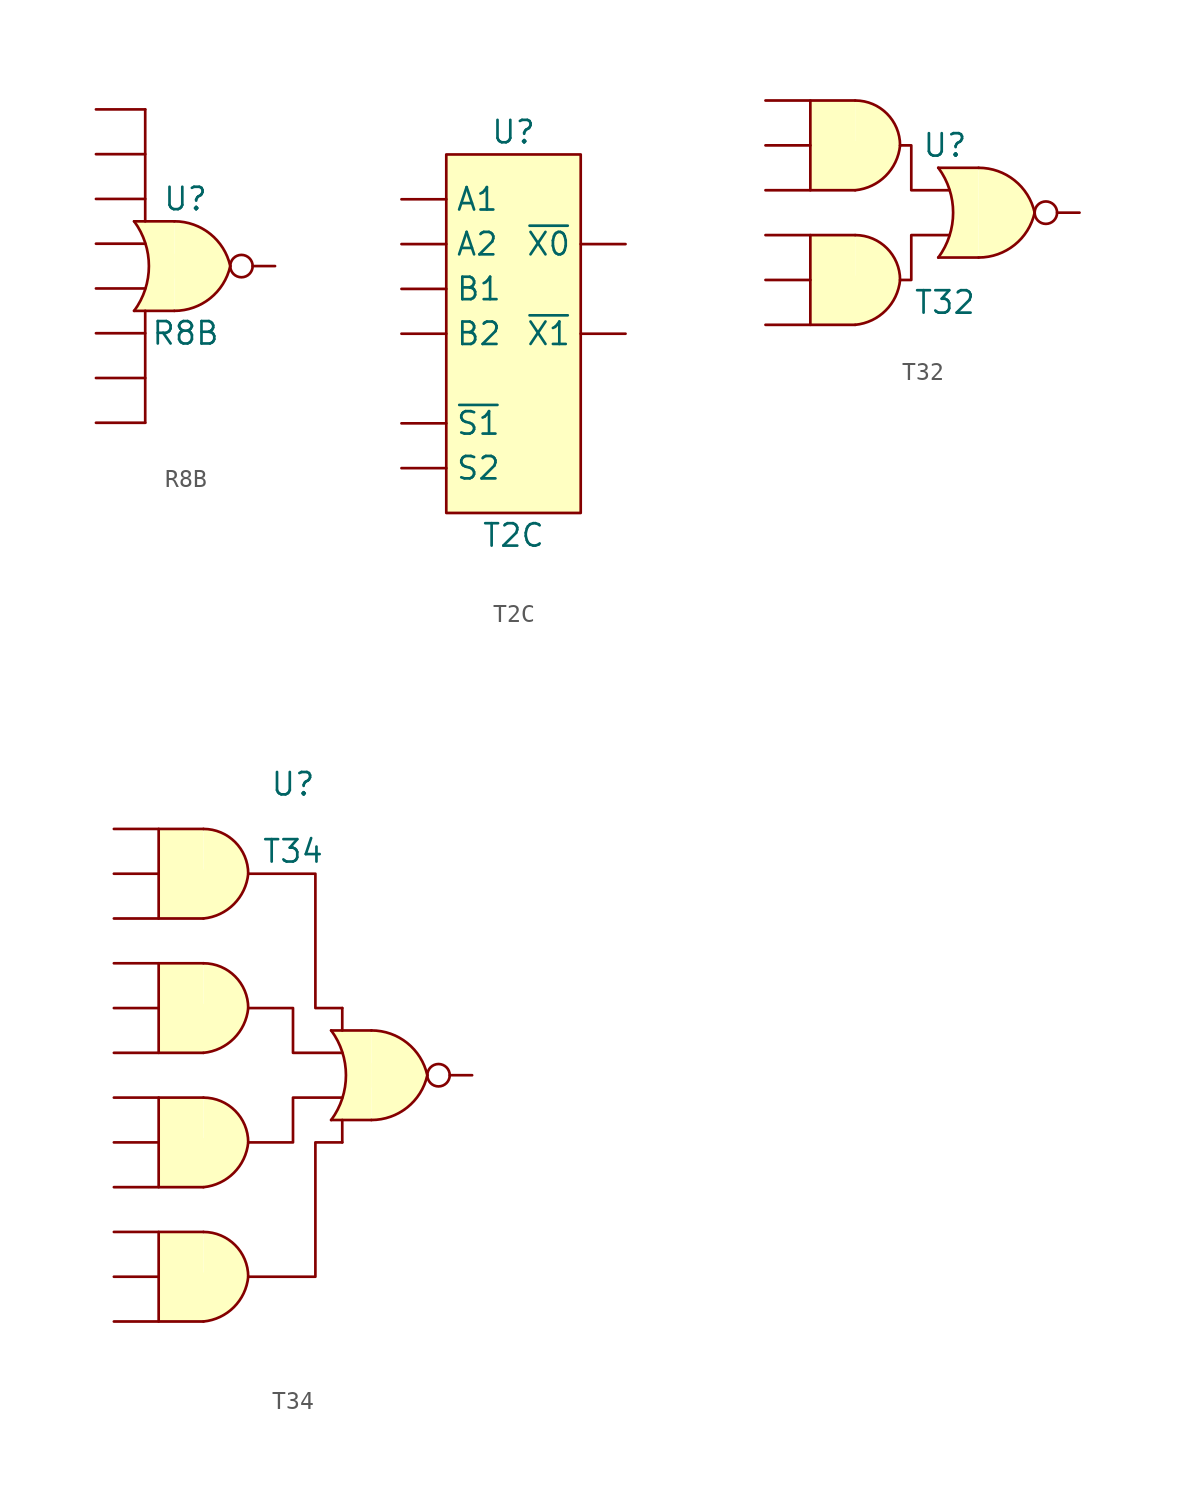
<source format=kicad_sym>
(kicad_symbol_lib
  (version 20220914)
  (generator kicad_symbol_editor)
  (symbol "R8B"
    (property "Reference" "U"
      (at 0 3.81 0)
      (effects (font (size 1.27 1.27))))
    (property "Value" "R8B"
      (at 0 -3.81 0)
      (effects (font (size 1.27 1.27))))
    (symbol "R8B_0_1"
      (polyline (pts (xy -2.286 -8.89) (xy -2.286 -2.54)) (stroke (width 0) (type default)) (fill (type none)))
      (polyline (pts (xy -2.286 8.89) (xy -2.286 2.54)) (stroke (width 0) (type default)) (fill (type none))))
    (symbol "R8B_1_1"
      (arc (start -2.9127 -2.5398) (mid -2.0762 0.0001) (end -2.9129 2.54) (stroke (width 0) (type default)) (fill (type none)))
      (arc (start -0.635 -2.54) (mid 1.3992 -1.8283) (end 2.54 0) (stroke (width 0) (type default)) (fill (type background)))
      (polyline (pts (xy -0.635 -2.54) (xy -2.921 -2.54)) (stroke (width 0) (type default)) (fill (type outline)))
      (polyline (pts (xy -0.635 2.54) (xy -2.921 2.54)) (stroke (width 0) (type default)) (fill (type background)))
      (polyline (pts (xy -0.635 2.54) (xy -2.921 2.54) (xy -2.54 1.905) (xy -2.286 1.27) (xy -2.159 0.762) (xy -2.108 0.457) (xy -2.083 0.178) (xy -2.083 -0.127) (xy -2.134 -0.66) (xy -2.21 -1.016) (xy -2.311 -1.372) (xy -2.438 -1.676) (xy -2.616 -2.057) (xy -2.794 -2.337) (xy -2.921 -2.54) (xy -0.635 -2.54)) (stroke (width -0.0001) (type default)) (fill (type background)))
      (arc (start 2.54 0) (mid 1.3994 1.8287) (end -0.635 2.54) (stroke (width 0) (type default)) (fill (type background)))
      (pin input line (at -5.08 -8.89 0) (length 2.794) (name "" (effects (font (size 1.27 1.27)))) (number "" (effects (font (size 1.27 1.27)))))
      (pin input line (at -5.08 -6.35 0) (length 2.794) (name "" (effects (font (size 1.27 1.27)))) (number "" (effects (font (size 1.27 1.27)))))
      (pin input line (at -5.08 -3.81 0) (length 2.794) (name "" (effects (font (size 1.27 1.27)))) (number "" (effects (font (size 1.27 1.27)))))
      (pin input line (at -5.08 -1.27 0) (length 2.794) (name "" (effects (font (size 1.27 1.27)))) (number "" (effects (font (size 1.27 1.27)))))
      (pin input line (at -5.08 1.27 0) (length 2.794) (name "" (effects (font (size 1.27 1.27)))) (number "" (effects (font (size 1.27 1.27)))))
      (pin input line (at -5.08 3.81 0) (length 2.794) (name "" (effects (font (size 1.27 1.27)))) (number "" (effects (font (size 1.27 1.27)))))
      (pin input line (at -5.08 6.35 0) (length 2.794) (name "" (effects (font (size 1.27 1.27)))) (number "" (effects (font (size 1.27 1.27)))))
      (pin input line (at -5.08 8.89 0) (length 2.794) (name "" (effects (font (size 1.27 1.27)))) (number "" (effects (font (size 1.27 1.27)))))
      (pin output inverted (at 5.08 0 180) (length 2.54) (name "" (effects (font (size 1.27 1.27)))) (number "" (effects (font (size 1.27 1.27)))))))
  (symbol "T2C"
    (property "Reference" "U"
      (at 0 11.43 0)
      (effects (font (size 1.27 1.27))))
    (property "Value" "T2C"
      (at 0 -11.43 0)
      (effects (font (size 1.27 1.27))))
    (symbol "T2C_1_1"
      (rectangle (start -3.81 10.16) (end 3.81 -10.16) (stroke (width 0) (type default)) (fill (type background)))
      (pin input line (at -6.35 7.62 0) (length 2.54) (name "A1" (effects (font (size 1.27 1.27)))) (number "" (effects (font (size 1.27 1.27)))))
      (pin input line (at -6.35 5.08 0) (length 2.54) (name "A2" (effects (font (size 1.27 1.27)))) (number "" (effects (font (size 1.27 1.27)))))
      (pin input line (at -6.35 2.54 0) (length 2.54) (name "B1" (effects (font (size 1.27 1.27)))) (number "" (effects (font (size 1.27 1.27)))))
      (pin input line (at -6.35 0 0) (length 2.54) (name "B2" (effects (font (size 1.27 1.27)))) (number "" (effects (font (size 1.27 1.27)))))
      (pin input line (at -6.35 -7.62 0) (length 2.54) (name "S2" (effects (font (size 1.27 1.27)))) (number "" (effects (font (size 1.27 1.27)))))
      (pin input line (at -6.35 -5.08 0) (length 2.54) (name "~{S1}" (effects (font (size 1.27 1.27)))) (number "" (effects (font (size 1.27 1.27)))))
      (pin output line (at 6.35 5.08 180) (length 2.54) (name "~{X0}" (effects (font (size 1.27 1.27)))) (number "" (effects (font (size 1.27 1.27)))))
      (pin output line (at 6.35 0 180) (length 2.54) (name "~{X1}" (effects (font (size 1.27 1.27)))) (number "" (effects (font (size 1.27 1.27)))))))
  (symbol "T32"
    (property "Reference" "U"
      (at 1.27 3.81 0)
      (effects (font (size 1.27 1.27))))
    (property "Value" "T32"
      (at 1.27 -5.08 0)
      (effects (font (size 1.27 1.27))))
    (symbol "T32_0_1"
      (polyline (pts (xy -1.27 -3.81) (xy -0.635 -3.81) (xy -0.635 -1.27) (xy 1.524 -1.27)) (stroke (width 0) (type default)) (fill (type none)))
      (polyline (pts (xy -1.27 3.81) (xy -0.635 3.81) (xy -0.635 1.27) (xy 1.524 1.27)) (stroke (width 0) (type default)) (fill (type none))))
    (symbol "T32_1_1"
      (arc (start -3.81 -6.35) (mid -2.0837 -5.5363) (end -1.27 -3.81) (stroke (width 0) (type default)) (fill (type background)))
      (arc (start -3.81 1.27) (mid -2.0837 2.0837) (end -1.27 3.81) (stroke (width 0) (type default)) (fill (type background)))
      (arc (start -1.27 -3.81) (mid -2.0139 -2.0139) (end -3.81 -1.27) (stroke (width 0) (type default)) (fill (type background)))
      (arc (start -1.27 3.81) (mid -2.0139 5.6061) (end -3.81 6.35) (stroke (width 0) (type default)) (fill (type background)))
      (polyline (pts (xy 3.175 -2.54) (xy 0.889 -2.54)) (stroke (width 0) (type default)) (fill (type outline)))
      (polyline (pts (xy 3.175 2.54) (xy 0.889 2.54)) (stroke (width 0) (type default)) (fill (type background)))
      (polyline (pts (xy -3.81 -1.27) (xy -6.35 -1.27) (xy -6.35 -6.35) (xy -3.81 -6.35)) (stroke (width 0) (type default)) (fill (type background)))
      (polyline (pts (xy -3.81 6.35) (xy -6.35 6.35) (xy -6.35 1.27) (xy -3.81 1.27)) (stroke (width 0) (type default)) (fill (type background)))
      (polyline (pts (xy 3.175 2.54) (xy 0.889 2.54) (xy 1.27 1.905) (xy 1.524 1.27) (xy 1.651 0.762) (xy 1.702 0.457) (xy 1.727 0.178) (xy 1.727 -0.127) (xy 1.676 -0.66) (xy 1.6 -1.016) (xy 1.499 -1.372) (xy 1.372 -1.676) (xy 1.194 -2.057) (xy 1.016 -2.337) (xy 0.889 -2.54) (xy 3.175 -2.54)) (stroke (width -0.0001) (type default)) (fill (type background)))
      (arc (start 0.8973 -2.5398) (mid 1.7338 0.0001) (end 0.8971 2.54) (stroke (width 0) (type default)) (fill (type none)))
      (arc (start 3.175 -2.54) (mid 5.2091 -1.8283) (end 6.35 0) (stroke (width 0) (type default)) (fill (type background)))
      (arc (start 6.35 0) (mid 5.2094 1.8286) (end 3.175 2.54) (stroke (width 0) (type default)) (fill (type background)))
      (pin input line (at -8.89 -6.35 0) (length 2.54) (name "" (effects (font (size 1.27 1.27)))) (number "" (effects (font (size 1.27 1.27)))))
      (pin input line (at -8.89 -3.81 0) (length 2.54) (name "" (effects (font (size 1.27 1.27)))) (number "" (effects (font (size 1.27 1.27)))))
      (pin input line (at -8.89 -1.27 0) (length 2.54) (name "" (effects (font (size 1.27 1.27)))) (number "" (effects (font (size 1.27 1.27)))))
      (pin input line (at -8.89 1.27 0) (length 2.54) (name "" (effects (font (size 1.27 1.27)))) (number "" (effects (font (size 1.27 1.27)))))
      (pin input line (at -8.89 3.81 0) (length 2.54) (name "" (effects (font (size 1.27 1.27)))) (number "" (effects (font (size 1.27 1.27)))))
      (pin input line (at -8.89 6.35 0) (length 2.54) (name "" (effects (font (size 1.27 1.27)))) (number "" (effects (font (size 1.27 1.27)))))
      (pin output inverted (at 8.89 0 180) (length 2.54) (name "" (effects (font (size 1.27 1.27)))) (number "" (effects (font (size 1.27 1.27)))))))
  (symbol "T34"
    (property "Reference" "U"
      (at 0 16.51 0)
      (effects (font (size 1.27 1.27))))
    (property "Value" "T34"
      (at 0 12.7 0)
      (effects (font (size 1.27 1.27))))
    (symbol "T34_0_1"
      (polyline (pts (xy 2.794 -3.81) (xy 2.794 -2.54)) (stroke (width 0) (type default)) (fill (type none)))
      (polyline (pts (xy 2.794 3.81) (xy 2.794 2.54)) (stroke (width 0) (type default)) (fill (type none))))
    (symbol "T34_1_1"
      (arc (start -5.08 -13.97) (mid -3.3537 -13.1563) (end -2.54 -11.43) (stroke (width 0) (type default)) (fill (type background)))
      (arc (start -5.08 -6.35) (mid -3.3537 -5.5363) (end -2.54 -3.81) (stroke (width 0) (type default)) (fill (type background)))
      (arc (start -5.08 1.27) (mid -3.3537 2.0837) (end -2.54 3.81) (stroke (width 0) (type default)) (fill (type background)))
      (arc (start -5.08 8.89) (mid -3.3537 9.7037) (end -2.54 11.43) (stroke (width 0) (type default)) (fill (type background)))
      (arc (start -2.54 -11.43) (mid -3.2839 -9.6339) (end -5.08 -8.89) (stroke (width 0) (type default)) (fill (type background)))
      (arc (start -2.54 -3.81) (mid -3.2839 -2.0139) (end -5.08 -1.27) (stroke (width 0) (type default)) (fill (type background)))
      (arc (start -2.54 3.81) (mid -3.2839 5.6061) (end -5.08 6.35) (stroke (width 0) (type default)) (fill (type background)))
      (arc (start -2.54 11.43) (mid -3.2839 13.2261) (end -5.08 13.97) (stroke (width 0) (type default)) (fill (type background)))
      (polyline (pts (xy 4.445 -2.54) (xy 2.159 -2.54)) (stroke (width 0) (type default)) (fill (type outline)))
      (polyline (pts (xy 4.445 2.54) (xy 2.159 2.54)) (stroke (width 0) (type default)) (fill (type background)))
      (polyline (pts (xy -5.08 -8.89) (xy -7.62 -8.89) (xy -7.62 -13.97) (xy -5.08 -13.97)) (stroke (width 0) (type default)) (fill (type background)))
      (polyline (pts (xy -5.08 -1.27) (xy -7.62 -1.27) (xy -7.62 -6.35) (xy -5.08 -6.35)) (stroke (width 0) (type default)) (fill (type background)))
      (polyline (pts (xy -5.08 6.35) (xy -7.62 6.35) (xy -7.62 1.27) (xy -5.08 1.27)) (stroke (width 0) (type default)) (fill (type background)))
      (polyline (pts (xy -5.08 13.97) (xy -7.62 13.97) (xy -7.62 8.89) (xy -5.08 8.89)) (stroke (width 0) (type default)) (fill (type background)))
      (polyline (pts (xy -2.54 -11.43) (xy 1.27 -11.43) (xy 1.27 -3.81) (xy 2.794 -3.81)) (stroke (width 0) (type default)) (fill (type none)))
      (polyline (pts (xy -2.54 -3.81) (xy 0 -3.81) (xy 0 -1.27) (xy 2.794 -1.27)) (stroke (width 0) (type default)) (fill (type none)))
      (polyline (pts (xy -2.54 3.81) (xy 0 3.81) (xy 0 1.27) (xy 2.794 1.27)) (stroke (width 0) (type default)) (fill (type none)))
      (polyline (pts (xy -2.54 11.43) (xy 0 11.43) (xy 1.27 11.43) (xy 1.27 3.81) (xy 2.794 3.81)) (stroke (width 0) (type default)) (fill (type none)))
      (polyline (pts (xy 4.445 2.54) (xy 2.159 2.54) (xy 2.54 1.905) (xy 2.794 1.27) (xy 2.921 0.762) (xy 2.972 0.457) (xy 2.997 0.178) (xy 2.997 -0.127) (xy 2.946 -0.66) (xy 2.87 -1.016) (xy 2.769 -1.372) (xy 2.642 -1.676) (xy 2.464 -2.057) (xy 2.286 -2.337) (xy 2.159 -2.54) (xy 4.445 -2.54)) (stroke (width -0.0001) (type default)) (fill (type background)))
      (arc (start 2.1673 -2.5398) (mid 3.0038 0.0001) (end 2.1671 2.54) (stroke (width 0) (type default)) (fill (type none)))
      (arc (start 4.445 -2.54) (mid 6.4791 -1.8283) (end 7.62 0) (stroke (width 0) (type default)) (fill (type background)))
      (arc (start 7.62 0) (mid 6.4794 1.8286) (end 4.445 2.54) (stroke (width 0) (type default)) (fill (type background)))
      (pin input line (at -10.16 -13.97 0) (length 2.54) (name "" (effects (font (size 1.27 1.27)))) (number "" (effects (font (size 1.27 1.27)))))
      (pin input line (at -10.16 -11.43 0) (length 2.54) (name "" (effects (font (size 1.27 1.27)))) (number "" (effects (font (size 1.27 1.27)))))
      (pin input line (at -10.16 -8.89 0) (length 2.54) (name "" (effects (font (size 1.27 1.27)))) (number "" (effects (font (size 1.27 1.27)))))
      (pin input line (at -10.16 -6.35 0) (length 2.54) (name "" (effects (font (size 1.27 1.27)))) (number "" (effects (font (size 1.27 1.27)))))
      (pin input line (at -10.16 -3.81 0) (length 2.54) (name "" (effects (font (size 1.27 1.27)))) (number "" (effects (font (size 1.27 1.27)))))
      (pin input line (at -10.16 -1.27 0) (length 2.54) (name "" (effects (font (size 1.27 1.27)))) (number "" (effects (font (size 1.27 1.27)))))
      (pin input line (at -10.16 1.27 0) (length 2.54) (name "" (effects (font (size 1.27 1.27)))) (number "" (effects (font (size 1.27 1.27)))))
      (pin input line (at -10.16 3.81 0) (length 2.54) (name "" (effects (font (size 1.27 1.27)))) (number "" (effects (font (size 1.27 1.27)))))
      (pin input line (at -10.16 6.35 0) (length 2.54) (name "" (effects (font (size 1.27 1.27)))) (number "" (effects (font (size 1.27 1.27)))))
      (pin input line (at -10.16 8.89 0) (length 2.54) (name "" (effects (font (size 1.27 1.27)))) (number "" (effects (font (size 1.27 1.27)))))
      (pin input line (at -10.16 11.43 0) (length 2.54) (name "" (effects (font (size 1.27 1.27)))) (number "" (effects (font (size 1.27 1.27)))))
      (pin input line (at -10.16 13.97 0) (length 2.54) (name "" (effects (font (size 1.27 1.27)))) (number "" (effects (font (size 1.27 1.27)))))
      (pin output inverted (at 10.16 0 180) (length 2.54) (name "" (effects (font (size 1.27 1.27)))) (number "" (effects (font (size 1.27 1.27))))))))
</source>
